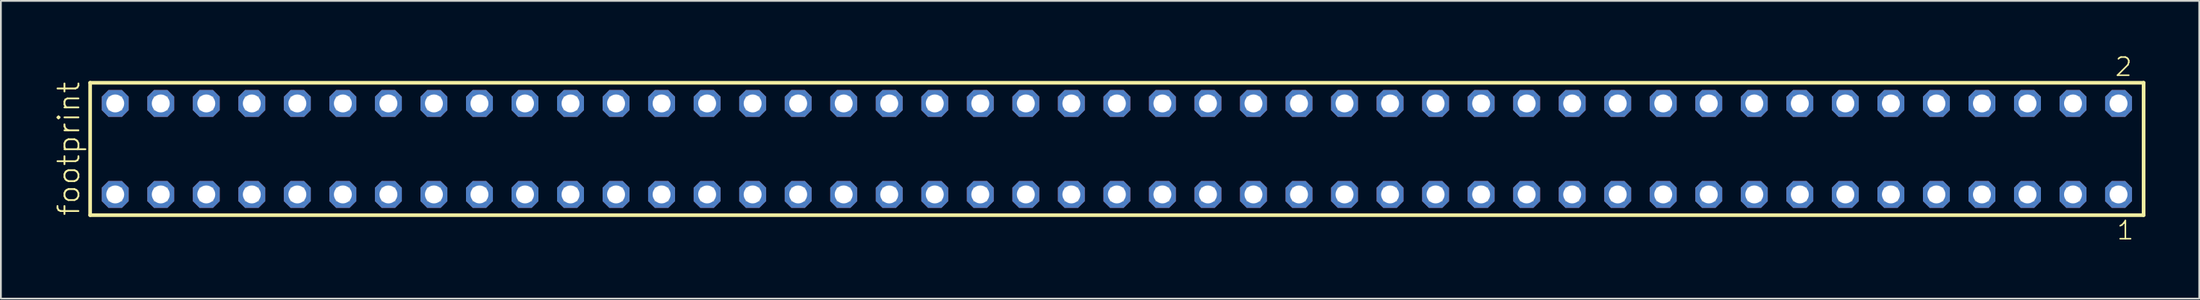
<source format=kicad_pcb>
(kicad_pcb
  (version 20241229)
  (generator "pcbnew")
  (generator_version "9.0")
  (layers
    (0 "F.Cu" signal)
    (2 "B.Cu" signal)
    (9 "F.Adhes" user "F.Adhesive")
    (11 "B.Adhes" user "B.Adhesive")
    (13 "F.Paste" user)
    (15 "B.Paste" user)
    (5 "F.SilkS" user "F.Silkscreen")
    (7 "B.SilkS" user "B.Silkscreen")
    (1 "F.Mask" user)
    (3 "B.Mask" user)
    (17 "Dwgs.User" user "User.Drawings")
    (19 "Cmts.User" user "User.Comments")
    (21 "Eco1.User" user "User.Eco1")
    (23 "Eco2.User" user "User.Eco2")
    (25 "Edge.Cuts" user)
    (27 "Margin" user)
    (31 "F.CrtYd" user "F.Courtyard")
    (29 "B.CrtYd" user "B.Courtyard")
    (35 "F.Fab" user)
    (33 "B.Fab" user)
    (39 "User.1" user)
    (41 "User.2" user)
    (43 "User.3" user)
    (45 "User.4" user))
  (footprint "footprint"
    (layer "F.Cu")
    (at 59.258 5.265)
    (property "Reference" "footprint" (at -57.785 3.81 90) (layer "F.SilkS") (effects (font (size 1.168 1.168) (thickness 0.102)) (justify left bottom)))
    (fp_line (start -57.279 -3.695) (end 57.279 -3.695) (stroke (width 0.203) (type solid)) (layer "F.SilkS"))
    (fp_line (start -57.279 3.695) (end -57.279 -3.695) (stroke (width 0.203) (type solid)) (layer "F.SilkS"))
    (fp_line (start 57.279 -3.695) (end 57.279 3.695) (stroke (width 0.203) (type solid)) (layer "F.SilkS"))
    (fp_line (start 57.279 3.695) (end -57.279 3.695) (stroke (width 0.203) (type solid)) (layer "F.SilkS"))
    (fp_poly (pts (xy -56.23 -2.19) (xy -55.53 -2.19) (xy -55.53 -2.89) (xy -56.23 -2.89)) (stroke (width 0.1) (type solid)) (fill no) (layer "F.Fab"))
    (fp_poly (pts (xy -56.23 2.89) (xy -55.53 2.89) (xy -55.53 2.19) (xy -56.23 2.19)) (stroke (width 0.1) (type solid)) (fill no) (layer "F.Fab"))
    (fp_poly (pts (xy -53.69 -2.19) (xy -52.99 -2.19) (xy -52.99 -2.89) (xy -53.69 -2.89)) (stroke (width 0.1) (type solid)) (fill no) (layer "F.Fab"))
    (fp_poly (pts (xy -53.69 2.89) (xy -52.99 2.89) (xy -52.99 2.19) (xy -53.69 2.19)) (stroke (width 0.1) (type solid)) (fill no) (layer "F.Fab"))
    (fp_poly (pts (xy -51.15 -2.19) (xy -50.45 -2.19) (xy -50.45 -2.89) (xy -51.15 -2.89)) (stroke (width 0.1) (type solid)) (fill no) (layer "F.Fab"))
    (fp_poly (pts (xy -51.15 2.89) (xy -50.45 2.89) (xy -50.45 2.19) (xy -51.15 2.19)) (stroke (width 0.1) (type solid)) (fill no) (layer "F.Fab"))
    (fp_poly (pts (xy -48.61 -2.19) (xy -47.91 -2.19) (xy -47.91 -2.89) (xy -48.61 -2.89)) (stroke (width 0.1) (type solid)) (fill no) (layer "F.Fab"))
    (fp_poly (pts (xy -48.61 2.89) (xy -47.91 2.89) (xy -47.91 2.19) (xy -48.61 2.19)) (stroke (width 0.1) (type solid)) (fill no) (layer "F.Fab"))
    (fp_poly (pts (xy -46.07 -2.19) (xy -45.37 -2.19) (xy -45.37 -2.89) (xy -46.07 -2.89)) (stroke (width 0.1) (type solid)) (fill no) (layer "F.Fab"))
    (fp_poly (pts (xy -46.07 2.89) (xy -45.37 2.89) (xy -45.37 2.19) (xy -46.07 2.19)) (stroke (width 0.1) (type solid)) (fill no) (layer "F.Fab"))
    (fp_poly (pts (xy -43.53 -2.19) (xy -42.83 -2.19) (xy -42.83 -2.89) (xy -43.53 -2.89)) (stroke (width 0.1) (type solid)) (fill no) (layer "F.Fab"))
    (fp_poly (pts (xy -43.53 2.89) (xy -42.83 2.89) (xy -42.83 2.19) (xy -43.53 2.19)) (stroke (width 0.1) (type solid)) (fill no) (layer "F.Fab"))
    (fp_poly (pts (xy -40.99 -2.19) (xy -40.29 -2.19) (xy -40.29 -2.89) (xy -40.99 -2.89)) (stroke (width 0.1) (type solid)) (fill no) (layer "F.Fab"))
    (fp_poly (pts (xy -40.99 2.89) (xy -40.29 2.89) (xy -40.29 2.19) (xy -40.99 2.19)) (stroke (width 0.1) (type solid)) (fill no) (layer "F.Fab"))
    (fp_poly (pts (xy -38.45 -2.19) (xy -37.75 -2.19) (xy -37.75 -2.89) (xy -38.45 -2.89)) (stroke (width 0.1) (type solid)) (fill no) (layer "F.Fab"))
    (fp_poly (pts (xy -38.45 2.89) (xy -37.75 2.89) (xy -37.75 2.19) (xy -38.45 2.19)) (stroke (width 0.1) (type solid)) (fill no) (layer "F.Fab"))
    (fp_poly (pts (xy -35.91 -2.19) (xy -35.21 -2.19) (xy -35.21 -2.89) (xy -35.91 -2.89)) (stroke (width 0.1) (type solid)) (fill no) (layer "F.Fab"))
    (fp_poly (pts (xy -35.91 2.89) (xy -35.21 2.89) (xy -35.21 2.19) (xy -35.91 2.19)) (stroke (width 0.1) (type solid)) (fill no) (layer "F.Fab"))
    (fp_poly (pts (xy -33.37 -2.19) (xy -32.67 -2.19) (xy -32.67 -2.89) (xy -33.37 -2.89)) (stroke (width 0.1) (type solid)) (fill no) (layer "F.Fab"))
    (fp_poly (pts (xy -33.37 2.89) (xy -32.67 2.89) (xy -32.67 2.19) (xy -33.37 2.19)) (stroke (width 0.1) (type solid)) (fill no) (layer "F.Fab"))
    (fp_poly (pts (xy -30.83 -2.19) (xy -30.13 -2.19) (xy -30.13 -2.89) (xy -30.83 -2.89)) (stroke (width 0.1) (type solid)) (fill no) (layer "F.Fab"))
    (fp_poly (pts (xy -30.83 2.89) (xy -30.13 2.89) (xy -30.13 2.19) (xy -30.83 2.19)) (stroke (width 0.1) (type solid)) (fill no) (layer "F.Fab"))
    (fp_poly (pts (xy -28.29 -2.19) (xy -27.59 -2.19) (xy -27.59 -2.89) (xy -28.29 -2.89)) (stroke (width 0.1) (type solid)) (fill no) (layer "F.Fab"))
    (fp_poly (pts (xy -28.29 2.89) (xy -27.59 2.89) (xy -27.59 2.19) (xy -28.29 2.19)) (stroke (width 0.1) (type solid)) (fill no) (layer "F.Fab"))
    (fp_poly (pts (xy -25.75 -2.19) (xy -25.05 -2.19) (xy -25.05 -2.89) (xy -25.75 -2.89)) (stroke (width 0.1) (type solid)) (fill no) (layer "F.Fab"))
    (fp_poly (pts (xy -25.75 2.89) (xy -25.05 2.89) (xy -25.05 2.19) (xy -25.75 2.19)) (stroke (width 0.1) (type solid)) (fill no) (layer "F.Fab"))
    (fp_poly (pts (xy -23.21 -2.19) (xy -22.51 -2.19) (xy -22.51 -2.89) (xy -23.21 -2.89)) (stroke (width 0.1) (type solid)) (fill no) (layer "F.Fab"))
    (fp_poly (pts (xy -23.21 2.89) (xy -22.51 2.89) (xy -22.51 2.19) (xy -23.21 2.19)) (stroke (width 0.1) (type solid)) (fill no) (layer "F.Fab"))
    (fp_poly (pts (xy -20.67 -2.19) (xy -19.97 -2.19) (xy -19.97 -2.89) (xy -20.67 -2.89)) (stroke (width 0.1) (type solid)) (fill no) (layer "F.Fab"))
    (fp_poly (pts (xy -20.67 2.89) (xy -19.97 2.89) (xy -19.97 2.19) (xy -20.67 2.19)) (stroke (width 0.1) (type solid)) (fill no) (layer "F.Fab"))
    (fp_poly (pts (xy -18.13 -2.19) (xy -17.43 -2.19) (xy -17.43 -2.89) (xy -18.13 -2.89)) (stroke (width 0.1) (type solid)) (fill no) (layer "F.Fab"))
    (fp_poly (pts (xy -18.13 2.89) (xy -17.43 2.89) (xy -17.43 2.19) (xy -18.13 2.19)) (stroke (width 0.1) (type solid)) (fill no) (layer "F.Fab"))
    (fp_poly (pts (xy -15.59 -2.19) (xy -14.89 -2.19) (xy -14.89 -2.89) (xy -15.59 -2.89)) (stroke (width 0.1) (type solid)) (fill no) (layer "F.Fab"))
    (fp_poly (pts (xy -15.59 2.89) (xy -14.89 2.89) (xy -14.89 2.19) (xy -15.59 2.19)) (stroke (width 0.1) (type solid)) (fill no) (layer "F.Fab"))
    (fp_poly (pts (xy -13.05 -2.19) (xy -12.35 -2.19) (xy -12.35 -2.89) (xy -13.05 -2.89)) (stroke (width 0.1) (type solid)) (fill no) (layer "F.Fab"))
    (fp_poly (pts (xy -13.05 2.89) (xy -12.35 2.89) (xy -12.35 2.19) (xy -13.05 2.19)) (stroke (width 0.1) (type solid)) (fill no) (layer "F.Fab"))
    (fp_poly (pts (xy -10.51 -2.19) (xy -9.81 -2.19) (xy -9.81 -2.89) (xy -10.51 -2.89)) (stroke (width 0.1) (type solid)) (fill no) (layer "F.Fab"))
    (fp_poly (pts (xy -10.51 2.89) (xy -9.81 2.89) (xy -9.81 2.19) (xy -10.51 2.19)) (stroke (width 0.1) (type solid)) (fill no) (layer "F.Fab"))
    (fp_poly (pts (xy -7.97 -2.19) (xy -7.27 -2.19) (xy -7.27 -2.89) (xy -7.97 -2.89)) (stroke (width 0.1) (type solid)) (fill no) (layer "F.Fab"))
    (fp_poly (pts (xy -7.97 2.89) (xy -7.27 2.89) (xy -7.27 2.19) (xy -7.97 2.19)) (stroke (width 0.1) (type solid)) (fill no) (layer "F.Fab"))
    (fp_poly (pts (xy -5.43 -2.19) (xy -4.73 -2.19) (xy -4.73 -2.89) (xy -5.43 -2.89)) (stroke (width 0.1) (type solid)) (fill no) (layer "F.Fab"))
    (fp_poly (pts (xy -5.43 2.89) (xy -4.73 2.89) (xy -4.73 2.19) (xy -5.43 2.19)) (stroke (width 0.1) (type solid)) (fill no) (layer "F.Fab"))
    (fp_poly (pts (xy -2.89 -2.19) (xy -2.19 -2.19) (xy -2.19 -2.89) (xy -2.89 -2.89)) (stroke (width 0.1) (type solid)) (fill no) (layer "F.Fab"))
    (fp_poly (pts (xy -2.89 2.89) (xy -2.19 2.89) (xy -2.19 2.19) (xy -2.89 2.19)) (stroke (width 0.1) (type solid)) (fill no) (layer "F.Fab"))
    (fp_poly (pts (xy -0.35 -2.19) (xy 0.35 -2.19) (xy 0.35 -2.89) (xy -0.35 -2.89)) (stroke (width 0.1) (type solid)) (fill no) (layer "F.Fab"))
    (fp_poly (pts (xy -0.35 2.89) (xy 0.35 2.89) (xy 0.35 2.19) (xy -0.35 2.19)) (stroke (width 0.1) (type solid)) (fill no) (layer "F.Fab"))
    (fp_poly (pts (xy 2.19 -2.19) (xy 2.89 -2.19) (xy 2.89 -2.89) (xy 2.19 -2.89)) (stroke (width 0.1) (type solid)) (fill no) (layer "F.Fab"))
    (fp_poly (pts (xy 2.19 2.89) (xy 2.89 2.89) (xy 2.89 2.19) (xy 2.19 2.19)) (stroke (width 0.1) (type solid)) (fill no) (layer "F.Fab"))
    (fp_poly (pts (xy 4.73 -2.19) (xy 5.43 -2.19) (xy 5.43 -2.89) (xy 4.73 -2.89)) (stroke (width 0.1) (type solid)) (fill no) (layer "F.Fab"))
    (fp_poly (pts (xy 4.73 2.89) (xy 5.43 2.89) (xy 5.43 2.19) (xy 4.73 2.19)) (stroke (width 0.1) (type solid)) (fill no) (layer "F.Fab"))
    (fp_poly (pts (xy 7.27 -2.19) (xy 7.97 -2.19) (xy 7.97 -2.89) (xy 7.27 -2.89)) (stroke (width 0.1) (type solid)) (fill no) (layer "F.Fab"))
    (fp_poly (pts (xy 7.27 2.89) (xy 7.97 2.89) (xy 7.97 2.19) (xy 7.27 2.19)) (stroke (width 0.1) (type solid)) (fill no) (layer "F.Fab"))
    (fp_poly (pts (xy 9.81 -2.19) (xy 10.51 -2.19) (xy 10.51 -2.89) (xy 9.81 -2.89)) (stroke (width 0.1) (type solid)) (fill no) (layer "F.Fab"))
    (fp_poly (pts (xy 9.81 2.89) (xy 10.51 2.89) (xy 10.51 2.19) (xy 9.81 2.19)) (stroke (width 0.1) (type solid)) (fill no) (layer "F.Fab"))
    (fp_poly (pts (xy 12.35 -2.19) (xy 13.05 -2.19) (xy 13.05 -2.89) (xy 12.35 -2.89)) (stroke (width 0.1) (type solid)) (fill no) (layer "F.Fab"))
    (fp_poly (pts (xy 12.35 2.89) (xy 13.05 2.89) (xy 13.05 2.19) (xy 12.35 2.19)) (stroke (width 0.1) (type solid)) (fill no) (layer "F.Fab"))
    (fp_poly (pts (xy 14.89 -2.19) (xy 15.59 -2.19) (xy 15.59 -2.89) (xy 14.89 -2.89)) (stroke (width 0.1) (type solid)) (fill no) (layer "F.Fab"))
    (fp_poly (pts (xy 14.89 2.89) (xy 15.59 2.89) (xy 15.59 2.19) (xy 14.89 2.19)) (stroke (width 0.1) (type solid)) (fill no) (layer "F.Fab"))
    (fp_poly (pts (xy 17.43 -2.19) (xy 18.13 -2.19) (xy 18.13 -2.89) (xy 17.43 -2.89)) (stroke (width 0.1) (type solid)) (fill no) (layer "F.Fab"))
    (fp_poly (pts (xy 17.43 2.89) (xy 18.13 2.89) (xy 18.13 2.19) (xy 17.43 2.19)) (stroke (width 0.1) (type solid)) (fill no) (layer "F.Fab"))
    (fp_poly (pts (xy 19.97 -2.19) (xy 20.67 -2.19) (xy 20.67 -2.89) (xy 19.97 -2.89)) (stroke (width 0.1) (type solid)) (fill no) (layer "F.Fab"))
    (fp_poly (pts (xy 19.97 2.89) (xy 20.67 2.89) (xy 20.67 2.19) (xy 19.97 2.19)) (stroke (width 0.1) (type solid)) (fill no) (layer "F.Fab"))
    (fp_poly (pts (xy 22.51 -2.19) (xy 23.21 -2.19) (xy 23.21 -2.89) (xy 22.51 -2.89)) (stroke (width 0.1) (type solid)) (fill no) (layer "F.Fab"))
    (fp_poly (pts (xy 22.51 2.89) (xy 23.21 2.89) (xy 23.21 2.19) (xy 22.51 2.19)) (stroke (width 0.1) (type solid)) (fill no) (layer "F.Fab"))
    (fp_poly (pts (xy 25.05 -2.19) (xy 25.75 -2.19) (xy 25.75 -2.89) (xy 25.05 -2.89)) (stroke (width 0.1) (type solid)) (fill no) (layer "F.Fab"))
    (fp_poly (pts (xy 25.05 2.89) (xy 25.75 2.89) (xy 25.75 2.19) (xy 25.05 2.19)) (stroke (width 0.1) (type solid)) (fill no) (layer "F.Fab"))
    (fp_poly (pts (xy 27.59 -2.19) (xy 28.29 -2.19) (xy 28.29 -2.89) (xy 27.59 -2.89)) (stroke (width 0.1) (type solid)) (fill no) (layer "F.Fab"))
    (fp_poly (pts (xy 27.59 2.89) (xy 28.29 2.89) (xy 28.29 2.19) (xy 27.59 2.19)) (stroke (width 0.1) (type solid)) (fill no) (layer "F.Fab"))
    (fp_poly (pts (xy 30.13 -2.19) (xy 30.83 -2.19) (xy 30.83 -2.89) (xy 30.13 -2.89)) (stroke (width 0.1) (type solid)) (fill no) (layer "F.Fab"))
    (fp_poly (pts (xy 30.13 2.89) (xy 30.83 2.89) (xy 30.83 2.19) (xy 30.13 2.19)) (stroke (width 0.1) (type solid)) (fill no) (layer "F.Fab"))
    (fp_poly (pts (xy 32.67 -2.19) (xy 33.37 -2.19) (xy 33.37 -2.89) (xy 32.67 -2.89)) (stroke (width 0.1) (type solid)) (fill no) (layer "F.Fab"))
    (fp_poly (pts (xy 32.67 2.89) (xy 33.37 2.89) (xy 33.37 2.19) (xy 32.67 2.19)) (stroke (width 0.1) (type solid)) (fill no) (layer "F.Fab"))
    (fp_poly (pts (xy 35.21 -2.19) (xy 35.91 -2.19) (xy 35.91 -2.89) (xy 35.21 -2.89)) (stroke (width 0.1) (type solid)) (fill no) (layer "F.Fab"))
    (fp_poly (pts (xy 35.21 2.89) (xy 35.91 2.89) (xy 35.91 2.19) (xy 35.21 2.19)) (stroke (width 0.1) (type solid)) (fill no) (layer "F.Fab"))
    (fp_poly (pts (xy 37.75 -2.19) (xy 38.45 -2.19) (xy 38.45 -2.89) (xy 37.75 -2.89)) (stroke (width 0.1) (type solid)) (fill no) (layer "F.Fab"))
    (fp_poly (pts (xy 37.75 2.89) (xy 38.45 2.89) (xy 38.45 2.19) (xy 37.75 2.19)) (stroke (width 0.1) (type solid)) (fill no) (layer "F.Fab"))
    (fp_poly (pts (xy 40.29 -2.19) (xy 40.99 -2.19) (xy 40.99 -2.89) (xy 40.29 -2.89)) (stroke (width 0.1) (type solid)) (fill no) (layer "F.Fab"))
    (fp_poly (pts (xy 40.29 2.89) (xy 40.99 2.89) (xy 40.99 2.19) (xy 40.29 2.19)) (stroke (width 0.1) (type solid)) (fill no) (layer "F.Fab"))
    (fp_poly (pts (xy 42.83 -2.19) (xy 43.53 -2.19) (xy 43.53 -2.89) (xy 42.83 -2.89)) (stroke (width 0.1) (type solid)) (fill no) (layer "F.Fab"))
    (fp_poly (pts (xy 42.83 2.89) (xy 43.53 2.89) (xy 43.53 2.19) (xy 42.83 2.19)) (stroke (width 0.1) (type solid)) (fill no) (layer "F.Fab"))
    (fp_poly (pts (xy 45.37 -2.19) (xy 46.07 -2.19) (xy 46.07 -2.89) (xy 45.37 -2.89)) (stroke (width 0.1) (type solid)) (fill no) (layer "F.Fab"))
    (fp_poly (pts (xy 45.37 2.89) (xy 46.07 2.89) (xy 46.07 2.19) (xy 45.37 2.19)) (stroke (width 0.1) (type solid)) (fill no) (layer "F.Fab"))
    (fp_poly (pts (xy 47.91 -2.19) (xy 48.61 -2.19) (xy 48.61 -2.89) (xy 47.91 -2.89)) (stroke (width 0.1) (type solid)) (fill no) (layer "F.Fab"))
    (fp_poly (pts (xy 47.91 2.89) (xy 48.61 2.89) (xy 48.61 2.19) (xy 47.91 2.19)) (stroke (width 0.1) (type solid)) (fill no) (layer "F.Fab"))
    (fp_poly (pts (xy 50.45 -2.19) (xy 51.15 -2.19) (xy 51.15 -2.89) (xy 50.45 -2.89)) (stroke (width 0.1) (type solid)) (fill no) (layer "F.Fab"))
    (fp_poly (pts (xy 50.45 2.89) (xy 51.15 2.89) (xy 51.15 2.19) (xy 50.45 2.19)) (stroke (width 0.1) (type solid)) (fill no) (layer "F.Fab"))
    (fp_poly (pts (xy 52.99 -2.19) (xy 53.69 -2.19) (xy 53.69 -2.89) (xy 52.99 -2.89)) (stroke (width 0.1) (type solid)) (fill no) (layer "F.Fab"))
    (fp_poly (pts (xy 52.99 2.89) (xy 53.69 2.89) (xy 53.69 2.19) (xy 52.99 2.19)) (stroke (width 0.1) (type solid)) (fill no) (layer "F.Fab"))
    (fp_poly (pts (xy 55.53 -2.19) (xy 56.23 -2.19) (xy 56.23 -2.89) (xy 55.53 -2.89)) (stroke (width 0.1) (type solid)) (fill no) (layer "F.Fab"))
    (fp_poly (pts (xy 55.53 2.89) (xy 56.23 2.89) (xy 56.23 2.19) (xy 55.53 2.19)) (stroke (width 0.1) (type solid)) (fill no) (layer "F.Fab"))
    (fp_text user "2" (at 55.622 -3.989 0) (layer "F.SilkS") (effects (font (size 1.012 1.012) (thickness 0.088)) (justify left bottom)))
    (fp_text user "1" (at 55.722 5.138 0) (layer "F.SilkS") (effects (font (size 1.012 1.012) (thickness 0.088)) (justify left bottom)))
    (pad "1" thru_hole roundrect (at 55.88 2.54 180) (size 1.5 1.5) (drill 1) (layers "*.Cu" "*.Mask") (roundrect_rratio 0.25) (chamfer_ratio 0.25) (chamfer top_left top_right bottom_left bottom_right))
    (pad "2" thru_hole roundrect (at 55.88 -2.54 180) (size 1.5 1.5) (drill 1) (layers "*.Cu" "*.Mask") (roundrect_rratio 0.25) (chamfer_ratio 0.25) (chamfer top_left top_right bottom_left bottom_right))
    (pad "3" thru_hole roundrect (at 53.34 2.54 180) (size 1.5 1.5) (drill 1) (layers "*.Cu" "*.Mask") (roundrect_rratio 0.25) (chamfer_ratio 0.25) (chamfer top_left top_right bottom_left bottom_right))
    (pad "4" thru_hole roundrect (at 53.34 -2.54 180) (size 1.5 1.5) (drill 1) (layers "*.Cu" "*.Mask") (roundrect_rratio 0.25) (chamfer_ratio 0.25) (chamfer top_left top_right bottom_left bottom_right))
    (pad "5" thru_hole roundrect (at 50.8 2.54 180) (size 1.5 1.5) (drill 1) (layers "*.Cu" "*.Mask") (roundrect_rratio 0.25) (chamfer_ratio 0.25) (chamfer top_left top_right bottom_left bottom_right))
    (pad "6" thru_hole roundrect (at 50.8 -2.54 180) (size 1.5 1.5) (drill 1) (layers "*.Cu" "*.Mask") (roundrect_rratio 0.25) (chamfer_ratio 0.25) (chamfer top_left top_right bottom_left bottom_right))
    (pad "7" thru_hole roundrect (at 48.26 2.54 180) (size 1.5 1.5) (drill 1) (layers "*.Cu" "*.Mask") (roundrect_rratio 0.25) (chamfer_ratio 0.25) (chamfer top_left top_right bottom_left bottom_right))
    (pad "8" thru_hole roundrect (at 48.26 -2.54 180) (size 1.5 1.5) (drill 1) (layers "*.Cu" "*.Mask") (roundrect_rratio 0.25) (chamfer_ratio 0.25) (chamfer top_left top_right bottom_left bottom_right))
    (pad "9" thru_hole roundrect (at 45.72 2.54 180) (size 1.5 1.5) (drill 1) (layers "*.Cu" "*.Mask") (roundrect_rratio 0.25) (chamfer_ratio 0.25) (chamfer top_left top_right bottom_left bottom_right))
    (pad "10" thru_hole roundrect (at 45.72 -2.54 180) (size 1.5 1.5) (drill 1) (layers "*.Cu" "*.Mask") (roundrect_rratio 0.25) (chamfer_ratio 0.25) (chamfer top_left top_right bottom_left bottom_right))
    (pad "11" thru_hole roundrect (at 43.18 2.54 180) (size 1.5 1.5) (drill 1) (layers "*.Cu" "*.Mask") (roundrect_rratio 0.25) (chamfer_ratio 0.25) (chamfer top_left top_right bottom_left bottom_right))
    (pad "12" thru_hole roundrect (at 43.18 -2.54 180) (size 1.5 1.5) (drill 1) (layers "*.Cu" "*.Mask") (roundrect_rratio 0.25) (chamfer_ratio 0.25) (chamfer top_left top_right bottom_left bottom_right))
    (pad "13" thru_hole roundrect (at 40.64 2.54 180) (size 1.5 1.5) (drill 1) (layers "*.Cu" "*.Mask") (roundrect_rratio 0.25) (chamfer_ratio 0.25) (chamfer top_left top_right bottom_left bottom_right))
    (pad "14" thru_hole roundrect (at 40.64 -2.54 180) (size 1.5 1.5) (drill 1) (layers "*.Cu" "*.Mask") (roundrect_rratio 0.25) (chamfer_ratio 0.25) (chamfer top_left top_right bottom_left bottom_right))
    (pad "15" thru_hole roundrect (at 38.1 2.54 180) (size 1.5 1.5) (drill 1) (layers "*.Cu" "*.Mask") (roundrect_rratio 0.25) (chamfer_ratio 0.25) (chamfer top_left top_right bottom_left bottom_right))
    (pad "16" thru_hole roundrect (at 38.1 -2.54 180) (size 1.5 1.5) (drill 1) (layers "*.Cu" "*.Mask") (roundrect_rratio 0.25) (chamfer_ratio 0.25) (chamfer top_left top_right bottom_left bottom_right))
    (pad "17" thru_hole roundrect (at 35.56 2.54 180) (size 1.5 1.5) (drill 1) (layers "*.Cu" "*.Mask") (roundrect_rratio 0.25) (chamfer_ratio 0.25) (chamfer top_left top_right bottom_left bottom_right))
    (pad "18" thru_hole roundrect (at 35.56 -2.54 180) (size 1.5 1.5) (drill 1) (layers "*.Cu" "*.Mask") (roundrect_rratio 0.25) (chamfer_ratio 0.25) (chamfer top_left top_right bottom_left bottom_right))
    (pad "19" thru_hole roundrect (at 33.02 2.54 180) (size 1.5 1.5) (drill 1) (layers "*.Cu" "*.Mask") (roundrect_rratio 0.25) (chamfer_ratio 0.25) (chamfer top_left top_right bottom_left bottom_right))
    (pad "20" thru_hole roundrect (at 33.02 -2.54 180) (size 1.5 1.5) (drill 1) (layers "*.Cu" "*.Mask") (roundrect_rratio 0.25) (chamfer_ratio 0.25) (chamfer top_left top_right bottom_left bottom_right))
    (pad "21" thru_hole roundrect (at 30.48 2.54 180) (size 1.5 1.5) (drill 1) (layers "*.Cu" "*.Mask") (roundrect_rratio 0.25) (chamfer_ratio 0.25) (chamfer top_left top_right bottom_left bottom_right))
    (pad "22" thru_hole roundrect (at 30.48 -2.54 180) (size 1.5 1.5) (drill 1) (layers "*.Cu" "*.Mask") (roundrect_rratio 0.25) (chamfer_ratio 0.25) (chamfer top_left top_right bottom_left bottom_right))
    (pad "23" thru_hole roundrect (at 27.94 2.54 180) (size 1.5 1.5) (drill 1) (layers "*.Cu" "*.Mask") (roundrect_rratio 0.25) (chamfer_ratio 0.25) (chamfer top_left top_right bottom_left bottom_right))
    (pad "24" thru_hole roundrect (at 27.94 -2.54 180) (size 1.5 1.5) (drill 1) (layers "*.Cu" "*.Mask") (roundrect_rratio 0.25) (chamfer_ratio 0.25) (chamfer top_left top_right bottom_left bottom_right))
    (pad "25" thru_hole roundrect (at 25.4 2.54 180) (size 1.5 1.5) (drill 1) (layers "*.Cu" "*.Mask") (roundrect_rratio 0.25) (chamfer_ratio 0.25) (chamfer top_left top_right bottom_left bottom_right))
    (pad "26" thru_hole roundrect (at 25.4 -2.54 180) (size 1.5 1.5) (drill 1) (layers "*.Cu" "*.Mask") (roundrect_rratio 0.25) (chamfer_ratio 0.25) (chamfer top_left top_right bottom_left bottom_right))
    (pad "27" thru_hole roundrect (at 22.86 2.54 180) (size 1.5 1.5) (drill 1) (layers "*.Cu" "*.Mask") (roundrect_rratio 0.25) (chamfer_ratio 0.25) (chamfer top_left top_right bottom_left bottom_right))
    (pad "28" thru_hole roundrect (at 22.86 -2.54 180) (size 1.5 1.5) (drill 1) (layers "*.Cu" "*.Mask") (roundrect_rratio 0.25) (chamfer_ratio 0.25) (chamfer top_left top_right bottom_left bottom_right))
    (pad "29" thru_hole roundrect (at 20.32 2.54 180) (size 1.5 1.5) (drill 1) (layers "*.Cu" "*.Mask") (roundrect_rratio 0.25) (chamfer_ratio 0.25) (chamfer top_left top_right bottom_left bottom_right))
    (pad "30" thru_hole roundrect (at 20.32 -2.54 180) (size 1.5 1.5) (drill 1) (layers "*.Cu" "*.Mask") (roundrect_rratio 0.25) (chamfer_ratio 0.25) (chamfer top_left top_right bottom_left bottom_right))
    (pad "31" thru_hole roundrect (at 17.78 2.54 180) (size 1.5 1.5) (drill 1) (layers "*.Cu" "*.Mask") (roundrect_rratio 0.25) (chamfer_ratio 0.25) (chamfer top_left top_right bottom_left bottom_right))
    (pad "32" thru_hole roundrect (at 17.78 -2.54 180) (size 1.5 1.5) (drill 1) (layers "*.Cu" "*.Mask") (roundrect_rratio 0.25) (chamfer_ratio 0.25) (chamfer top_left top_right bottom_left bottom_right))
    (pad "33" thru_hole roundrect (at 15.24 2.54 180) (size 1.5 1.5) (drill 1) (layers "*.Cu" "*.Mask") (roundrect_rratio 0.25) (chamfer_ratio 0.25) (chamfer top_left top_right bottom_left bottom_right))
    (pad "34" thru_hole roundrect (at 15.24 -2.54 180) (size 1.5 1.5) (drill 1) (layers "*.Cu" "*.Mask") (roundrect_rratio 0.25) (chamfer_ratio 0.25) (chamfer top_left top_right bottom_left bottom_right))
    (pad "35" thru_hole roundrect (at 12.7 2.54 180) (size 1.5 1.5) (drill 1) (layers "*.Cu" "*.Mask") (roundrect_rratio 0.25) (chamfer_ratio 0.25) (chamfer top_left top_right bottom_left bottom_right))
    (pad "36" thru_hole roundrect (at 12.7 -2.54 180) (size 1.5 1.5) (drill 1) (layers "*.Cu" "*.Mask") (roundrect_rratio 0.25) (chamfer_ratio 0.25) (chamfer top_left top_right bottom_left bottom_right))
    (pad "37" thru_hole roundrect (at 10.16 2.54 180) (size 1.5 1.5) (drill 1) (layers "*.Cu" "*.Mask") (roundrect_rratio 0.25) (chamfer_ratio 0.25) (chamfer top_left top_right bottom_left bottom_right))
    (pad "38" thru_hole roundrect (at 10.16 -2.54 180) (size 1.5 1.5) (drill 1) (layers "*.Cu" "*.Mask") (roundrect_rratio 0.25) (chamfer_ratio 0.25) (chamfer top_left top_right bottom_left bottom_right))
    (pad "39" thru_hole roundrect (at 7.62 2.54 180) (size 1.5 1.5) (drill 1) (layers "*.Cu" "*.Mask") (roundrect_rratio 0.25) (chamfer_ratio 0.25) (chamfer top_left top_right bottom_left bottom_right))
    (pad "40" thru_hole roundrect (at 7.62 -2.54 180) (size 1.5 1.5) (drill 1) (layers "*.Cu" "*.Mask") (roundrect_rratio 0.25) (chamfer_ratio 0.25) (chamfer top_left top_right bottom_left bottom_right))
    (pad "41" thru_hole roundrect (at 5.08 2.54 180) (size 1.5 1.5) (drill 1) (layers "*.Cu" "*.Mask") (roundrect_rratio 0.25) (chamfer_ratio 0.25) (chamfer top_left top_right bottom_left bottom_right))
    (pad "42" thru_hole roundrect (at 5.08 -2.54 180) (size 1.5 1.5) (drill 1) (layers "*.Cu" "*.Mask") (roundrect_rratio 0.25) (chamfer_ratio 0.25) (chamfer top_left top_right bottom_left bottom_right))
    (pad "43" thru_hole roundrect (at 2.54 2.54 180) (size 1.5 1.5) (drill 1) (layers "*.Cu" "*.Mask") (roundrect_rratio 0.25) (chamfer_ratio 0.25) (chamfer top_left top_right bottom_left bottom_right))
    (pad "44" thru_hole roundrect (at 2.54 -2.54 180) (size 1.5 1.5) (drill 1) (layers "*.Cu" "*.Mask") (roundrect_rratio 0.25) (chamfer_ratio 0.25) (chamfer top_left top_right bottom_left bottom_right))
    (pad "45" thru_hole roundrect (at 0 2.54 180) (size 1.5 1.5) (drill 1) (layers "*.Cu" "*.Mask") (roundrect_rratio 0.25) (chamfer_ratio 0.25) (chamfer top_left top_right bottom_left bottom_right))
    (pad "46" thru_hole roundrect (at 0 -2.54 180) (size 1.5 1.5) (drill 1) (layers "*.Cu" "*.Mask") (roundrect_rratio 0.25) (chamfer_ratio 0.25) (chamfer top_left top_right bottom_left bottom_right))
    (pad "47" thru_hole roundrect (at -2.54 2.54 180) (size 1.5 1.5) (drill 1) (layers "*.Cu" "*.Mask") (roundrect_rratio 0.25) (chamfer_ratio 0.25) (chamfer top_left top_right bottom_left bottom_right))
    (pad "48" thru_hole roundrect (at -2.54 -2.54 180) (size 1.5 1.5) (drill 1) (layers "*.Cu" "*.Mask") (roundrect_rratio 0.25) (chamfer_ratio 0.25) (chamfer top_left top_right bottom_left bottom_right))
    (pad "49" thru_hole roundrect (at -5.08 2.54 180) (size 1.5 1.5) (drill 1) (layers "*.Cu" "*.Mask") (roundrect_rratio 0.25) (chamfer_ratio 0.25) (chamfer top_left top_right bottom_left bottom_right))
    (pad "50" thru_hole roundrect (at -5.08 -2.54 180) (size 1.5 1.5) (drill 1) (layers "*.Cu" "*.Mask") (roundrect_rratio 0.25) (chamfer_ratio 0.25) (chamfer top_left top_right bottom_left bottom_right))
    (pad "51" thru_hole roundrect (at -7.62 2.54 180) (size 1.5 1.5) (drill 1) (layers "*.Cu" "*.Mask") (roundrect_rratio 0.25) (chamfer_ratio 0.25) (chamfer top_left top_right bottom_left bottom_right))
    (pad "52" thru_hole roundrect (at -7.62 -2.54 180) (size 1.5 1.5) (drill 1) (layers "*.Cu" "*.Mask") (roundrect_rratio 0.25) (chamfer_ratio 0.25) (chamfer top_left top_right bottom_left bottom_right))
    (pad "53" thru_hole roundrect (at -10.16 2.54 180) (size 1.5 1.5) (drill 1) (layers "*.Cu" "*.Mask") (roundrect_rratio 0.25) (chamfer_ratio 0.25) (chamfer top_left top_right bottom_left bottom_right))
    (pad "54" thru_hole roundrect (at -10.16 -2.54 180) (size 1.5 1.5) (drill 1) (layers "*.Cu" "*.Mask") (roundrect_rratio 0.25) (chamfer_ratio 0.25) (chamfer top_left top_right bottom_left bottom_right))
    (pad "55" thru_hole roundrect (at -12.7 2.54 180) (size 1.5 1.5) (drill 1) (layers "*.Cu" "*.Mask") (roundrect_rratio 0.25) (chamfer_ratio 0.25) (chamfer top_left top_right bottom_left bottom_right))
    (pad "56" thru_hole roundrect (at -12.7 -2.54 180) (size 1.5 1.5) (drill 1) (layers "*.Cu" "*.Mask") (roundrect_rratio 0.25) (chamfer_ratio 0.25) (chamfer top_left top_right bottom_left bottom_right))
    (pad "57" thru_hole roundrect (at -15.24 2.54 180) (size 1.5 1.5) (drill 1) (layers "*.Cu" "*.Mask") (roundrect_rratio 0.25) (chamfer_ratio 0.25) (chamfer top_left top_right bottom_left bottom_right))
    (pad "58" thru_hole roundrect (at -15.24 -2.54 180) (size 1.5 1.5) (drill 1) (layers "*.Cu" "*.Mask") (roundrect_rratio 0.25) (chamfer_ratio 0.25) (chamfer top_left top_right bottom_left bottom_right))
    (pad "59" thru_hole roundrect (at -17.78 2.54 180) (size 1.5 1.5) (drill 1) (layers "*.Cu" "*.Mask") (roundrect_rratio 0.25) (chamfer_ratio 0.25) (chamfer top_left top_right bottom_left bottom_right))
    (pad "60" thru_hole roundrect (at -17.78 -2.54 180) (size 1.5 1.5) (drill 1) (layers "*.Cu" "*.Mask") (roundrect_rratio 0.25) (chamfer_ratio 0.25) (chamfer top_left top_right bottom_left bottom_right))
    (pad "61" thru_hole roundrect (at -20.32 2.54 180) (size 1.5 1.5) (drill 1) (layers "*.Cu" "*.Mask") (roundrect_rratio 0.25) (chamfer_ratio 0.25) (chamfer top_left top_right bottom_left bottom_right))
    (pad "62" thru_hole roundrect (at -20.32 -2.54 180) (size 1.5 1.5) (drill 1) (layers "*.Cu" "*.Mask") (roundrect_rratio 0.25) (chamfer_ratio 0.25) (chamfer top_left top_right bottom_left bottom_right))
    (pad "63" thru_hole roundrect (at -22.86 2.54 180) (size 1.5 1.5) (drill 1) (layers "*.Cu" "*.Mask") (roundrect_rratio 0.25) (chamfer_ratio 0.25) (chamfer top_left top_right bottom_left bottom_right))
    (pad "64" thru_hole roundrect (at -22.86 -2.54 180) (size 1.5 1.5) (drill 1) (layers "*.Cu" "*.Mask") (roundrect_rratio 0.25) (chamfer_ratio 0.25) (chamfer top_left top_right bottom_left bottom_right))
    (pad "65" thru_hole roundrect (at -25.4 2.54 180) (size 1.5 1.5) (drill 1) (layers "*.Cu" "*.Mask") (roundrect_rratio 0.25) (chamfer_ratio 0.25) (chamfer top_left top_right bottom_left bottom_right))
    (pad "66" thru_hole roundrect (at -25.4 -2.54 180) (size 1.5 1.5) (drill 1) (layers "*.Cu" "*.Mask") (roundrect_rratio 0.25) (chamfer_ratio 0.25) (chamfer top_left top_right bottom_left bottom_right))
    (pad "67" thru_hole roundrect (at -27.94 2.54 180) (size 1.5 1.5) (drill 1) (layers "*.Cu" "*.Mask") (roundrect_rratio 0.25) (chamfer_ratio 0.25) (chamfer top_left top_right bottom_left bottom_right))
    (pad "68" thru_hole roundrect (at -27.94 -2.54 180) (size 1.5 1.5) (drill 1) (layers "*.Cu" "*.Mask") (roundrect_rratio 0.25) (chamfer_ratio 0.25) (chamfer top_left top_right bottom_left bottom_right))
    (pad "69" thru_hole roundrect (at -30.48 2.54 180) (size 1.5 1.5) (drill 1) (layers "*.Cu" "*.Mask") (roundrect_rratio 0.25) (chamfer_ratio 0.25) (chamfer top_left top_right bottom_left bottom_right))
    (pad "70" thru_hole roundrect (at -30.48 -2.54 180) (size 1.5 1.5) (drill 1) (layers "*.Cu" "*.Mask") (roundrect_rratio 0.25) (chamfer_ratio 0.25) (chamfer top_left top_right bottom_left bottom_right))
    (pad "71" thru_hole roundrect (at -33.02 2.54 180) (size 1.5 1.5) (drill 1) (layers "*.Cu" "*.Mask") (roundrect_rratio 0.25) (chamfer_ratio 0.25) (chamfer top_left top_right bottom_left bottom_right))
    (pad "72" thru_hole roundrect (at -33.02 -2.54 180) (size 1.5 1.5) (drill 1) (layers "*.Cu" "*.Mask") (roundrect_rratio 0.25) (chamfer_ratio 0.25) (chamfer top_left top_right bottom_left bottom_right))
    (pad "73" thru_hole roundrect (at -35.56 2.54 180) (size 1.5 1.5) (drill 1) (layers "*.Cu" "*.Mask") (roundrect_rratio 0.25) (chamfer_ratio 0.25) (chamfer top_left top_right bottom_left bottom_right))
    (pad "74" thru_hole roundrect (at -35.56 -2.54 180) (size 1.5 1.5) (drill 1) (layers "*.Cu" "*.Mask") (roundrect_rratio 0.25) (chamfer_ratio 0.25) (chamfer top_left top_right bottom_left bottom_right))
    (pad "75" thru_hole roundrect (at -38.1 2.54 180) (size 1.5 1.5) (drill 1) (layers "*.Cu" "*.Mask") (roundrect_rratio 0.25) (chamfer_ratio 0.25) (chamfer top_left top_right bottom_left bottom_right))
    (pad "76" thru_hole roundrect (at -38.1 -2.54 180) (size 1.5 1.5) (drill 1) (layers "*.Cu" "*.Mask") (roundrect_rratio 0.25) (chamfer_ratio 0.25) (chamfer top_left top_right bottom_left bottom_right))
    (pad "77" thru_hole roundrect (at -40.64 2.54 180) (size 1.5 1.5) (drill 1) (layers "*.Cu" "*.Mask") (roundrect_rratio 0.25) (chamfer_ratio 0.25) (chamfer top_left top_right bottom_left bottom_right))
    (pad "78" thru_hole roundrect (at -40.64 -2.54 180) (size 1.5 1.5) (drill 1) (layers "*.Cu" "*.Mask") (roundrect_rratio 0.25) (chamfer_ratio 0.25) (chamfer top_left top_right bottom_left bottom_right))
    (pad "79" thru_hole roundrect (at -43.18 2.54 180) (size 1.5 1.5) (drill 1) (layers "*.Cu" "*.Mask") (roundrect_rratio 0.25) (chamfer_ratio 0.25) (chamfer top_left top_right bottom_left bottom_right))
    (pad "80" thru_hole roundrect (at -43.18 -2.54 180) (size 1.5 1.5) (drill 1) (layers "*.Cu" "*.Mask") (roundrect_rratio 0.25) (chamfer_ratio 0.25) (chamfer top_left top_right bottom_left bottom_right))
    (pad "81" thru_hole roundrect (at -45.72 2.54 180) (size 1.5 1.5) (drill 1) (layers "*.Cu" "*.Mask") (roundrect_rratio 0.25) (chamfer_ratio 0.25) (chamfer top_left top_right bottom_left bottom_right))
    (pad "82" thru_hole roundrect (at -45.72 -2.54 180) (size 1.5 1.5) (drill 1) (layers "*.Cu" "*.Mask") (roundrect_rratio 0.25) (chamfer_ratio 0.25) (chamfer top_left top_right bottom_left bottom_right))
    (pad "83" thru_hole roundrect (at -48.26 2.54 180) (size 1.5 1.5) (drill 1) (layers "*.Cu" "*.Mask") (roundrect_rratio 0.25) (chamfer_ratio 0.25) (chamfer top_left top_right bottom_left bottom_right))
    (pad "84" thru_hole roundrect (at -48.26 -2.54 180) (size 1.5 1.5) (drill 1) (layers "*.Cu" "*.Mask") (roundrect_rratio 0.25) (chamfer_ratio 0.25) (chamfer top_left top_right bottom_left bottom_right))
    (pad "85" thru_hole roundrect (at -50.8 2.54 180) (size 1.5 1.5) (drill 1) (layers "*.Cu" "*.Mask") (roundrect_rratio 0.25) (chamfer_ratio 0.25) (chamfer top_left top_right bottom_left bottom_right))
    (pad "86" thru_hole roundrect (at -50.8 -2.54 180) (size 1.5 1.5) (drill 1) (layers "*.Cu" "*.Mask") (roundrect_rratio 0.25) (chamfer_ratio 0.25) (chamfer top_left top_right bottom_left bottom_right))
    (pad "87" thru_hole roundrect (at -53.34 2.54 180) (size 1.5 1.5) (drill 1) (layers "*.Cu" "*.Mask") (roundrect_rratio 0.25) (chamfer_ratio 0.25) (chamfer top_left top_right bottom_left bottom_right))
    (pad "88" thru_hole roundrect (at -53.34 -2.54 180) (size 1.5 1.5) (drill 1) (layers "*.Cu" "*.Mask") (roundrect_rratio 0.25) (chamfer_ratio 0.25) (chamfer top_left top_right bottom_left bottom_right))
    (pad "89" thru_hole roundrect (at -55.88 2.54 180) (size 1.5 1.5) (drill 1) (layers "*.Cu" "*.Mask") (roundrect_rratio 0.25) (chamfer_ratio 0.25) (chamfer top_left top_right bottom_left bottom_right))
    (pad "90" thru_hole roundrect (at -55.88 -2.54 180) (size 1.5 1.5) (drill 1) (layers "*.Cu" "*.Mask") (roundrect_rratio 0.25) (chamfer_ratio 0.25) (chamfer top_left top_right bottom_left bottom_right)))
  (gr_rect
    (start -3 -3)
    (end 119.639 13.62)
    (stroke (width 0.1) (type default))
    (fill no)
    (layer "Edge.Cuts")))
</source>
